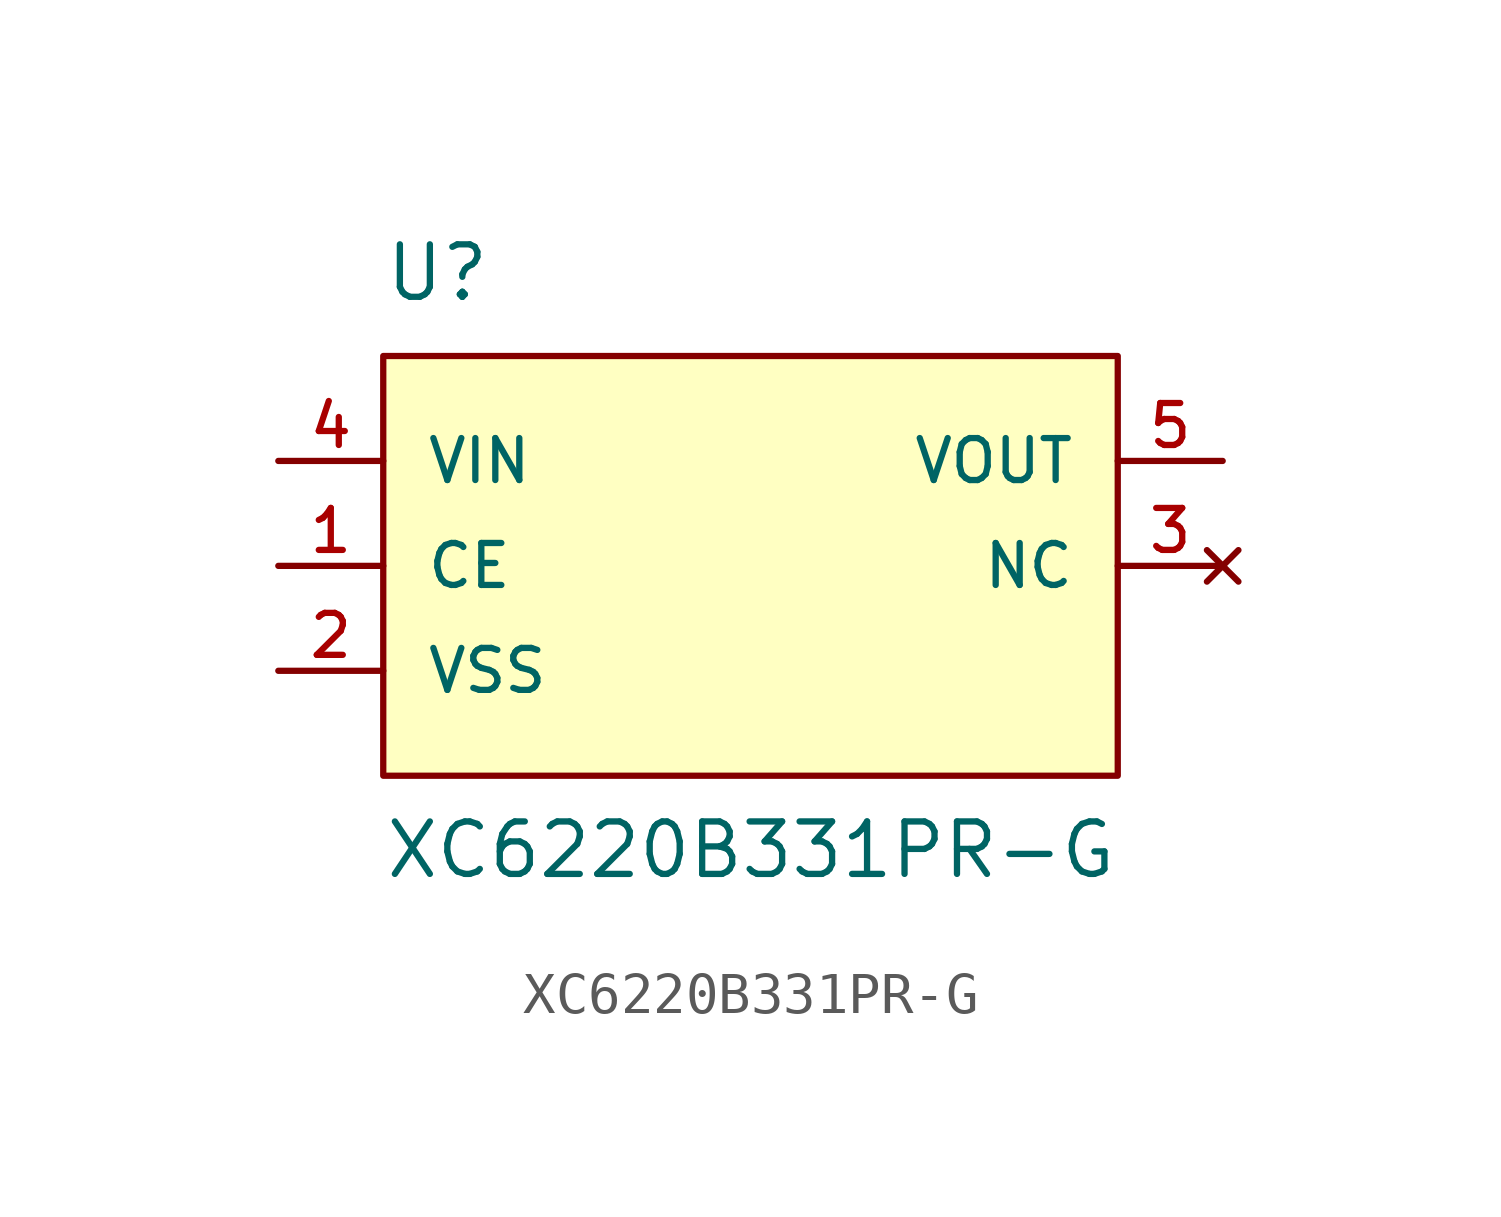
<source format=kicad_sym>
(kicad_symbol_lib
  (version 20211014)
  (generator kicad_symbol_editor)
  (symbol "XC6220B331PR-G"
    (pin_names
      (offset 1.016))
    (property "Reference" "U"
      (at -8.89 6.35 0)
      (effects (font (size 1.27 1.27)) (justify bottom left)))
    (property "Value" "XC6220B331PR-G"
      (at -8.89 -7.62 0)
      (effects (font (size 1.27 1.27)) (justify bottom left)))
    (symbol "XC6220B331PR-G_0_0"
      (rectangle (start -8.89 -5.08) (end 8.89 5.08) (stroke (width 0.152)) (fill (type background)))
      (pin passive line (at -11.43 0.0 0) (length 2.54) (name "CE" (effects (font (size 1.016 1.016)))) (number "1" (effects (font (size 1.016 1.016)))))
      (pin no_connect line (at 11.43 0.0 180.0) (length 2.54) (name "NC" (effects (font (size 1.016 1.016)))) (number "3" (effects (font (size 1.016 1.016)))))
      (pin power_in line (at -11.43 2.54 0) (length 2.54) (name "VIN" (effects (font (size 1.016 1.016)))) (number "4" (effects (font (size 1.016 1.016)))))
      (pin output line (at 11.43 2.54 180.0) (length 2.54) (name "VOUT" (effects (font (size 1.016 1.016)))) (number "5" (effects (font (size 1.016 1.016)))))
      (pin passive line (at -11.43 -2.54 0) (length 2.54) (name "VSS" (effects (font (size 1.016 1.016)))) (number "2" (effects (font (size 1.016 1.016))))))))
</source>
